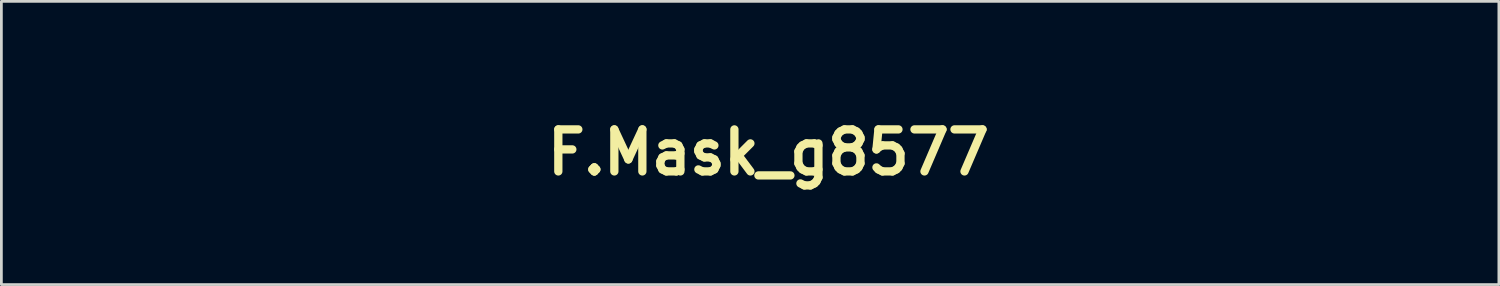
<source format=kicad_pcb>
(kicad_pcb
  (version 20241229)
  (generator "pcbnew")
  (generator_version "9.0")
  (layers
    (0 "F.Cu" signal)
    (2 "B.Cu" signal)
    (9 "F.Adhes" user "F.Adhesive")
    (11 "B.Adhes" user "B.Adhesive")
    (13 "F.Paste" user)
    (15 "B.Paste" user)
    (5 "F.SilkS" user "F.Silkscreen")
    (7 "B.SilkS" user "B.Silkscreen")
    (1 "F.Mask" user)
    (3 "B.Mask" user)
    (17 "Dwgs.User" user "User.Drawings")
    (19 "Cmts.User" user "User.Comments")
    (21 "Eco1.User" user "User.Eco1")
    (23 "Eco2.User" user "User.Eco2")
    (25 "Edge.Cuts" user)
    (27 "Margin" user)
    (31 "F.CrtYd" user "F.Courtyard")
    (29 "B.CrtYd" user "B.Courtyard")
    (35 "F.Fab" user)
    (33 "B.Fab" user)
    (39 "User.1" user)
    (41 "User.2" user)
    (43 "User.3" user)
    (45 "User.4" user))
  (footprint "F.Mask_g8577"
    (layer "F.Cu")
    (at 24.821 2.478)
    (property "Reference" "F.Mask_g8577" (at 0 0 0) (layer "F.SilkS") (effects (font (size 1.524 1.524) (thickness 0.3))))
    (attr through_hole)
    (fp_poly (pts (xy -20.498 1.753) (xy -21.26 1.753) (xy -21.26 -2.311) (xy -20.498 -2.311) (xy -20.498 1.753)) (stroke (width 0.01) (type solid)) (fill yes) (layer "F.Mask"))
    (fp_poly (pts (xy -19.025 1.753) (xy -19.837 1.753) (xy -19.837 0.94) (xy -19.025 0.94) (xy -19.025 1.753)) (stroke (width 0.01) (type solid)) (fill yes) (layer "F.Mask"))
    (fp_poly (pts (xy -15.773 1.753) (xy -16.637 1.753) (xy -16.637 0.94) (xy -15.773 0.94) (xy -15.773 1.753)) (stroke (width 0.01) (type solid)) (fill yes) (layer "F.Mask"))
    (fp_poly (pts (xy -19.025 -1.499) (xy -19.333 -1.5) (xy -19.421 -1.501) (xy -19.503 -1.502) (xy -19.576 -1.504) (xy -19.633 -1.506) (xy -19.672 -1.509) (xy -19.685 -1.51) (xy -19.723 -1.519) (xy -19.754 -1.53) (xy -19.778 -1.547) (xy -19.796 -1.571) (xy -19.81 -1.606) (xy -19.819 -1.653) (xy -19.826 -1.717) (xy -19.83 -1.799) (xy -19.833 -1.902) (xy -19.835 -1.978) (xy -19.841 -2.311) (xy -19.025 -2.311) (xy -19.025 -1.499)) (stroke (width 0.01) (type solid)) (fill yes) (layer "F.Mask"))
    (fp_poly (pts (xy -15.773 -1.499) (xy -16.1 -1.5) (xy -16.192 -1.501) (xy -16.278 -1.502) (xy -16.354 -1.504) (xy -16.415 -1.506) (xy -16.459 -1.508) (xy -16.478 -1.51) (xy -16.544 -1.529) (xy -16.587 -1.558) (xy -16.599 -1.575) (xy -16.608 -1.606) (xy -16.617 -1.659) (xy -16.624 -1.731) (xy -16.63 -1.819) (xy -16.634 -1.919) (xy -16.636 -2.03) (xy -16.637 -2.08) (xy -16.637 -2.311) (xy -15.773 -2.311) (xy -15.773 -1.499)) (stroke (width 0.01) (type solid)) (fill yes) (layer "F.Mask"))
    (fp_poly (pts (xy -17.424 0.152) (xy -17.713 0.151) (xy -17.8 0.15) (xy -17.88 0.149) (xy -17.95 0.147) (xy -18.005 0.144) (xy -18.041 0.141) (xy -18.05 0.14) (xy -18.104 0.126) (xy -18.145 0.105) (xy -18.176 0.074) (xy -18.197 0.03) (xy -18.211 -0.03) (xy -18.219 -0.111) (xy -18.222 -0.191) (xy -18.223 -0.274) (xy -18.223 -0.366) (xy -18.221 -0.454) (xy -18.218 -0.528) (xy -18.209 -0.682) (xy -18.049 -0.69) (xy -17.979 -0.693) (xy -17.893 -0.697) (xy -17.799 -0.701) (xy -17.706 -0.705) (xy -17.656 -0.707) (xy -17.424 -0.715) (xy -17.424 0.152)) (stroke (width 0.01) (type solid)) (fill yes) (layer "F.Mask"))
    (fp_poly (pts (xy -12.268 -1.626) (xy -13.306 -1.623) (xy -14.345 -1.619) (xy -14.345 -0.756) (xy -14.262 -0.746) (xy -14.225 -0.744) (xy -14.165 -0.741) (xy -14.087 -0.739) (xy -13.992 -0.738) (xy -13.883 -0.737) (xy -13.765 -0.736) (xy -13.639 -0.735) (xy -13.509 -0.735) (xy -13.378 -0.736) (xy -13.249 -0.737) (xy -13.125 -0.738) (xy -13.009 -0.74) (xy -12.903 -0.742) (xy -12.856 -0.743) (xy -12.522 -0.753) (xy -12.522 -0.025) (xy -13.43 -0.025) (xy -13.579 -0.025) (xy -13.721 -0.025) (xy -13.853 -0.024) (xy -13.974 -0.023) (xy -14.081 -0.023) (xy -14.172 -0.021) (xy -14.246 -0.02) (xy -14.3 -0.019) (xy -14.333 -0.017) (xy -14.341 -0.016) (xy -14.342 -0.002) (xy -14.342 0.034) (xy -14.342 0.089) (xy -14.341 0.159) (xy -14.34 0.241) (xy -14.338 0.332) (xy -14.337 0.428) (xy -14.335 0.526) (xy -14.333 0.623) (xy -14.331 0.716) (xy -14.329 0.801) (xy -14.327 0.875) (xy -14.325 0.934) (xy -14.324 0.976) (xy -14.322 0.997) (xy -14.322 0.998) (xy -14.309 0.999) (xy -14.273 1) (xy -14.216 1.001) (xy -14.14 1.002) (xy -14.048 1.003) (xy -13.942 1.005) (xy -13.823 1.006) (xy -13.694 1.007) (xy -13.564 1.009) (xy -13.417 1.01) (xy -13.271 1.012) (xy -13.127 1.014) (xy -12.99 1.016) (xy -12.863 1.018) (xy -12.749 1.02) (xy -12.651 1.021) (xy -12.574 1.023) (xy -12.538 1.024) (xy -12.268 1.032) (xy -12.268 1.753) (xy -15.164 1.753) (xy -15.164 -2.333) (xy -14.259 -2.341) (xy -14.091 -2.343) (xy -13.915 -2.345) (xy -13.737 -2.347) (xy -13.559 -2.348) (xy -13.386 -2.35) (xy -13.222 -2.352) (xy -13.071 -2.354) (xy -12.937 -2.356) (xy -12.824 -2.358) (xy -12.811 -2.358) (xy -12.268 -2.366) (xy -12.268 -1.626)) (stroke (width 0.01) (type solid)) (fill yes) (layer "F.Mask"))
    (fp_poly (pts (xy -10.888 -2.358) (xy -10.888 -2.345) (xy -10.887 -2.309) (xy -10.886 -2.25) (xy -10.885 -2.169) (xy -10.884 -2.07) (xy -10.883 -1.953) (xy -10.882 -1.819) (xy -10.88 -1.671) (xy -10.879 -1.509) (xy -10.877 -1.335) (xy -10.876 -1.151) (xy -10.874 -0.958) (xy -10.873 -0.758) (xy -10.872 -0.725) (xy -10.871 -0.524) (xy -10.869 -0.329) (xy -10.867 -0.144) (xy -10.866 0.032) (xy -10.864 0.196) (xy -10.863 0.347) (xy -10.861 0.483) (xy -10.86 0.603) (xy -10.859 0.706) (xy -10.857 0.789) (xy -10.856 0.852) (xy -10.856 0.892) (xy -10.855 0.909) (xy -10.855 0.91) (xy -10.842 0.91) (xy -10.806 0.911) (xy -10.75 0.913) (xy -10.676 0.914) (xy -10.586 0.916) (xy -10.483 0.918) (xy -10.369 0.92) (xy -10.248 0.922) (xy -10.12 0.925) (xy -9.99 0.927) (xy -9.858 0.929) (xy -9.729 0.931) (xy -9.603 0.933) (xy -9.484 0.935) (xy -9.374 0.936) (xy -9.276 0.938) (xy -9.191 0.939) (xy -9.124 0.939) (xy -9.077 0.94) (xy -9.017 0.94) (xy -9.017 1.753) (xy -10.074 1.751) (xy -10.241 1.75) (xy -10.404 1.75) (xy -10.561 1.749) (xy -10.71 1.748) (xy -10.848 1.747) (xy -10.973 1.746) (xy -11.082 1.744) (xy -11.175 1.743) (xy -11.247 1.742) (xy -11.297 1.74) (xy -11.311 1.74) (xy -11.401 1.734) (xy -11.47 1.727) (xy -11.521 1.717) (xy -11.56 1.704) (xy -11.589 1.687) (xy -11.609 1.669) (xy -11.64 1.636) (xy -11.638 -0.339) (xy -11.637 -0.625) (xy -11.637 -0.885) (xy -11.636 -1.122) (xy -11.636 -1.335) (xy -11.635 -1.525) (xy -11.634 -1.694) (xy -11.633 -1.84) (xy -11.632 -1.966) (xy -11.631 -2.072) (xy -11.63 -2.159) (xy -11.628 -2.226) (xy -11.626 -2.275) (xy -11.625 -2.307) (xy -11.623 -2.322) (xy -11.622 -2.323) (xy -11.607 -2.326) (xy -11.571 -2.329) (xy -11.517 -2.332) (xy -11.45 -2.336) (xy -11.374 -2.34) (xy -11.292 -2.345) (xy -11.208 -2.349) (xy -11.126 -2.352) (xy -11.051 -2.355) (xy -10.986 -2.358) (xy -10.934 -2.359) (xy -10.9 -2.359) (xy -10.888 -2.358)) (stroke (width 0.01) (type solid)) (fill yes) (layer "F.Mask"))
    (fp_poly (pts (xy 5.61 -1.992) (xy 5.614 -1.63) (xy 5.109 -1.621) (xy 4.979 -1.619) (xy 4.841 -1.618) (xy 4.701 -1.616) (xy 4.564 -1.615) (xy 4.437 -1.614) (xy 4.324 -1.613) (xy 4.255 -1.613) (xy 4.148 -1.613) (xy 4.036 -1.612) (xy 3.925 -1.61) (xy 3.822 -1.608) (xy 3.733 -1.606) (xy 3.686 -1.605) (xy 3.467 -1.596) (xy 3.467 -0.779) (xy 3.743 -0.77) (xy 3.846 -0.768) (xy 3.965 -0.765) (xy 4.089 -0.764) (xy 4.21 -0.762) (xy 4.312 -0.762) (xy 4.41 -0.762) (xy 4.526 -0.761) (xy 4.651 -0.759) (xy 4.778 -0.757) (xy 4.898 -0.755) (xy 4.956 -0.754) (xy 5.309 -0.745) (xy 5.309 -0.025) (xy 5.236 -0.025) (xy 5.18 -0.025) (xy 5.107 -0.024) (xy 5.017 -0.023) (xy 4.915 -0.022) (xy 4.802 -0.02) (xy 4.68 -0.018) (xy 4.553 -0.016) (xy 4.423 -0.014) (xy 4.291 -0.012) (xy 4.162 -0.01) (xy 4.036 -0.008) (xy 3.917 -0.005) (xy 3.806 -0.003) (xy 3.708 -0.001) (xy 3.623 0.001) (xy 3.554 0.002) (xy 3.505 0.004) (xy 3.476 0.005) (xy 3.47 0.005) (xy 3.469 0.018) (xy 3.468 0.054) (xy 3.466 0.11) (xy 3.464 0.183) (xy 3.462 0.27) (xy 3.46 0.369) (xy 3.458 0.477) (xy 3.458 0.498) (xy 3.456 0.622) (xy 3.455 0.724) (xy 3.454 0.804) (xy 3.454 0.867) (xy 3.455 0.913) (xy 3.456 0.947) (xy 3.459 0.969) (xy 3.462 0.983) (xy 3.467 0.991) (xy 3.472 0.995) (xy 3.475 0.996) (xy 3.491 0.998) (xy 3.53 1) (xy 3.591 1.002) (xy 3.67 1.004) (xy 3.765 1.007) (xy 3.874 1.009) (xy 3.995 1.011) (xy 4.126 1.014) (xy 4.264 1.016) (xy 4.407 1.018) (xy 4.552 1.02) (xy 4.698 1.022) (xy 4.843 1.024) (xy 4.983 1.026) (xy 5.117 1.027) (xy 5.242 1.028) (xy 5.344 1.028) (xy 5.613 1.029) (xy 5.613 1.753) (xy 2.667 1.753) (xy 2.667 -0.291) (xy 2.667 -0.517) (xy 2.667 -0.736) (xy 2.668 -0.947) (xy 2.668 -1.148) (xy 2.668 -1.338) (xy 2.669 -1.516) (xy 2.67 -1.68) (xy 2.67 -1.829) (xy 2.671 -1.962) (xy 2.672 -2.077) (xy 2.673 -2.173) (xy 2.674 -2.249) (xy 2.675 -2.303) (xy 2.676 -2.334) (xy 2.677 -2.341) (xy 2.691 -2.342) (xy 2.728 -2.343) (xy 2.788 -2.344) (xy 2.868 -2.345) (xy 2.968 -2.346) (xy 3.084 -2.346) (xy 3.217 -2.347) (xy 3.364 -2.348) (xy 3.523 -2.349) (xy 3.693 -2.349) (xy 3.873 -2.35) (xy 4.061 -2.35) (xy 4.147 -2.351) (xy 5.607 -2.354) (xy 5.61 -1.992)) (stroke (width 0.01) (type solid)) (fill yes) (layer "F.Mask"))
    (fp_poly (pts (xy -23.558 -2.33) (xy -23.413 -2.329) (xy -23.273 -2.327) (xy -23.143 -2.325) (xy -23.023 -2.321) (xy -22.917 -2.317) (xy -22.828 -2.311) (xy -22.758 -2.306) (xy -22.71 -2.299) (xy -22.701 -2.298) (xy -22.625 -2.274) (xy -22.537 -2.236) (xy -22.441 -2.186) (xy -22.345 -2.128) (xy -22.209 -2.025) (xy -22.088 -1.904) (xy -21.984 -1.77) (xy -21.898 -1.623) (xy -21.832 -1.468) (xy -21.786 -1.306) (xy -21.761 -1.141) (xy -21.759 -0.974) (xy -21.78 -0.814) (xy -21.811 -0.68) (xy -21.844 -0.565) (xy -21.883 -0.466) (xy -21.93 -0.375) (xy -21.986 -0.288) (xy -22.056 -0.199) (xy -22.062 -0.191) (xy -22.184 -0.062) (xy -22.309 0.042) (xy -22.439 0.122) (xy -22.574 0.179) (xy -22.652 0.201) (xy -22.706 0.213) (xy -22.76 0.223) (xy -22.817 0.232) (xy -22.88 0.239) (xy -22.952 0.245) (xy -23.035 0.251) (xy -23.134 0.256) (xy -23.25 0.261) (xy -23.387 0.266) (xy -23.473 0.269) (xy -23.952 0.284) (xy -23.952 1.753) (xy -24.254 1.751) (xy -24.344 1.75) (xy -24.43 1.748) (xy -24.507 1.746) (xy -24.571 1.744) (xy -24.617 1.741) (xy -24.632 1.74) (xy -24.669 1.735) (xy -24.7 1.73) (xy -24.726 1.723) (xy -24.746 1.711) (xy -24.762 1.691) (xy -24.775 1.663) (xy -24.784 1.622) (xy -24.79 1.568) (xy -24.795 1.499) (xy -24.798 1.411) (xy -24.801 1.302) (xy -24.803 1.171) (xy -24.804 1.137) (xy -24.805 1.057) (xy -24.807 0.953) (xy -24.808 0.829) (xy -24.809 0.687) (xy -24.811 0.529) (xy -24.812 0.357) (xy -24.813 0.174) (xy -24.813 -0.017) (xy -24.814 -0.215) (xy -24.815 -0.404) (xy -23.952 -0.404) (xy -23.511 -0.41) (xy -23.379 -0.412) (xy -23.27 -0.415) (xy -23.182 -0.417) (xy -23.113 -0.421) (xy -23.061 -0.425) (xy -23.022 -0.43) (xy -23 -0.435) (xy -22.883 -0.477) (xy -22.782 -0.538) (xy -22.699 -0.616) (xy -22.635 -0.709) (xy -22.591 -0.818) (xy -22.587 -0.832) (xy -22.572 -0.929) (xy -22.569 -1.039) (xy -22.58 -1.155) (xy -22.603 -1.269) (xy -22.636 -1.37) (xy -22.66 -1.42) (xy -22.689 -1.451) (xy -22.708 -1.464) (xy -22.745 -1.487) (xy -22.787 -1.518) (xy -22.804 -1.531) (xy -22.855 -1.564) (xy -22.918 -1.584) (xy -22.934 -1.587) (xy -22.968 -1.591) (xy -23.024 -1.596) (xy -23.097 -1.601) (xy -23.183 -1.605) (xy -23.28 -1.61) (xy -23.383 -1.614) (xy -23.488 -1.618) (xy -23.592 -1.621) (xy -23.69 -1.624) (xy -23.779 -1.625) (xy -23.822 -1.625) (xy -23.952 -1.626) (xy -23.952 -0.404) (xy -24.815 -0.404) (xy -24.815 -0.417) (xy -24.815 -0.621) (xy -24.815 -0.824) (xy -24.815 -0.827) (xy -24.816 -2.295) (xy -24.743 -2.303) (xy -24.714 -2.305) (xy -24.663 -2.308) (xy -24.594 -2.31) (xy -24.508 -2.314) (xy -24.409 -2.317) (xy -24.301 -2.32) (xy -24.186 -2.323) (xy -24.143 -2.325) (xy -24.001 -2.328) (xy -23.855 -2.33) (xy -23.706 -2.331) (xy -23.558 -2.33)) (stroke (width 0.01) (type solid)) (fill yes) (layer "F.Mask"))
    (fp_poly (pts (xy 18.483 -2.246) (xy 18.485 -2.184) (xy 18.487 -2.101) (xy 18.49 -2.002) (xy 18.492 -1.891) (xy 18.494 -1.773) (xy 18.496 -1.652) (xy 18.498 -1.556) (xy 18.502 -1.281) (xy 18.506 -1.03) (xy 18.51 -0.803) (xy 18.514 -0.597) (xy 18.518 -0.411) (xy 18.523 -0.245) (xy 18.528 -0.097) (xy 18.533 0.034) (xy 18.538 0.15) (xy 18.544 0.252) (xy 18.55 0.34) (xy 18.557 0.417) (xy 18.564 0.483) (xy 18.572 0.539) (xy 18.581 0.588) (xy 18.591 0.629) (xy 18.601 0.664) (xy 18.622 0.715) (xy 18.651 0.758) (xy 18.693 0.797) (xy 18.752 0.837) (xy 18.793 0.861) (xy 18.857 0.898) (xy 18.901 0.931) (xy 18.928 0.964) (xy 18.942 1.003) (xy 18.945 1.053) (xy 18.944 1.099) (xy 18.936 1.183) (xy 18.924 1.268) (xy 18.91 1.347) (xy 18.894 1.414) (xy 18.877 1.463) (xy 18.873 1.472) (xy 18.851 1.507) (xy 18.824 1.535) (xy 18.788 1.557) (xy 18.74 1.575) (xy 18.678 1.589) (xy 18.599 1.599) (xy 18.501 1.607) (xy 18.38 1.613) (xy 18.377 1.613) (xy 18.282 1.616) (xy 18.168 1.619) (xy 18.04 1.621) (xy 17.902 1.622) (xy 17.758 1.623) (xy 17.612 1.623) (xy 17.468 1.622) (xy 17.332 1.621) (xy 17.207 1.619) (xy 17.097 1.617) (xy 17.006 1.613) (xy 16.979 1.612) (xy 16.884 1.606) (xy 16.812 1.6) (xy 16.758 1.591) (xy 16.721 1.58) (xy 16.696 1.566) (xy 16.681 1.548) (xy 16.678 1.54) (xy 16.651 1.455) (xy 16.628 1.353) (xy 16.611 1.245) (xy 16.601 1.14) (xy 16.599 1.077) (xy 16.601 1.023) (xy 16.609 0.981) (xy 16.628 0.947) (xy 16.659 0.916) (xy 16.707 0.882) (xy 16.766 0.848) (xy 16.833 0.81) (xy 16.881 0.78) (xy 16.914 0.754) (xy 16.935 0.728) (xy 16.947 0.698) (xy 16.954 0.661) (xy 16.957 0.627) (xy 16.959 0.598) (xy 16.96 0.546) (xy 16.962 0.473) (xy 16.964 0.382) (xy 16.966 0.274) (xy 16.968 0.151) (xy 16.97 0.017) (xy 16.972 -0.127) (xy 16.973 -0.279) (xy 16.975 -0.437) (xy 16.975 -0.44) (xy 16.984 -1.408) (xy 16.883 -1.458) (xy 16.781 -1.504) (xy 16.69 -1.535) (xy 16.615 -1.549) (xy 16.596 -1.549) (xy 16.549 -1.557) (xy 16.516 -1.581) (xy 16.501 -1.598) (xy 16.491 -1.618) (xy 16.487 -1.646) (xy 16.485 -1.689) (xy 16.485 -1.723) (xy 16.488 -1.821) (xy 16.496 -1.919) (xy 16.508 -2.014) (xy 16.524 -2.101) (xy 16.543 -2.177) (xy 16.563 -2.237) (xy 16.585 -2.277) (xy 16.591 -2.283) (xy 16.611 -2.3) (xy 16.638 -2.314) (xy 16.675 -2.327) (xy 16.723 -2.338) (xy 16.783 -2.348) (xy 16.859 -2.357) (xy 16.951 -2.366) (xy 17.063 -2.374) (xy 17.195 -2.382) (xy 17.349 -2.39) (xy 17.42 -2.394) (xy 17.621 -2.403) (xy 17.802 -2.412) (xy 17.962 -2.421) (xy 18.099 -2.428) (xy 18.214 -2.435) (xy 18.305 -2.441) (xy 18.372 -2.445) (xy 18.385 -2.446) (xy 18.476 -2.454) (xy 18.483 -2.246)) (stroke (width 0.01) (type solid)) (fill yes) (layer "F.Mask"))
    (fp_poly (pts (xy -0.445 -0.8) (xy 1.118 -0.8) (xy 1.118 -2.349) (xy 1.93 -2.349) (xy 1.93 -0.292) (xy 1.93 -0.015) (xy 1.93 0.238) (xy 1.93 0.467) (xy 1.93 0.673) (xy 1.929 0.859) (xy 1.929 1.023) (xy 1.928 1.169) (xy 1.928 1.295) (xy 1.927 1.404) (xy 1.926 1.497) (xy 1.925 1.574) (xy 1.923 1.636) (xy 1.922 1.685) (xy 1.92 1.721) (xy 1.919 1.746) (xy 1.917 1.759) (xy 1.915 1.764) (xy 1.898 1.763) (xy 1.86 1.761) (xy 1.803 1.758) (xy 1.73 1.755) (xy 1.645 1.751) (xy 1.552 1.747) (xy 1.526 1.746) (xy 1.431 1.741) (xy 1.345 1.737) (xy 1.27 1.732) (xy 1.21 1.728) (xy 1.168 1.725) (xy 1.147 1.722) (xy 1.145 1.721) (xy 1.144 1.707) (xy 1.142 1.67) (xy 1.14 1.612) (xy 1.138 1.534) (xy 1.136 1.44) (xy 1.133 1.33) (xy 1.131 1.208) (xy 1.129 1.074) (xy 1.127 0.933) (xy 1.126 0.847) (xy 1.124 0.701) (xy 1.122 0.563) (xy 1.12 0.434) (xy 1.119 0.318) (xy 1.117 0.215) (xy 1.116 0.128) (xy 1.115 0.059) (xy 1.114 0.01) (xy 1.113 -0.017) (xy 1.113 -0.021) (xy 1.1 -0.022) (xy 1.065 -0.022) (xy 1.009 -0.021) (xy 0.936 -0.02) (xy 0.849 -0.019) (xy 0.749 -0.018) (xy 0.64 -0.016) (xy 0.524 -0.015) (xy 0.404 -0.013) (xy 0.283 -0.011) (xy 0.164 -0.009) (xy 0.048 -0.007) (xy -0.061 -0.005) (xy -0.161 -0.003) (xy -0.249 -0.001) (xy -0.322 0.000186) (xy -0.378 0.001) (xy -0.413 0.003) (xy -0.426 0.003) (xy -0.426 0.003) (xy -0.427 0.016) (xy -0.428 0.052) (xy -0.429 0.109) (xy -0.43 0.185) (xy -0.431 0.278) (xy -0.433 0.385) (xy -0.434 0.504) (xy -0.436 0.633) (xy -0.437 0.77) (xy -0.437 0.775) (xy -0.439 0.916) (xy -0.44 1.052) (xy -0.442 1.18) (xy -0.444 1.299) (xy -0.446 1.405) (xy -0.448 1.496) (xy -0.449 1.569) (xy -0.451 1.621) (xy -0.452 1.649) (xy -0.46 1.755) (xy -0.773 1.749) (xy -0.893 1.747) (xy -0.991 1.743) (xy -1.069 1.737) (xy -1.128 1.728) (xy -1.172 1.714) (xy -1.204 1.694) (xy -1.225 1.668) (xy -1.238 1.635) (xy -1.246 1.592) (xy -1.252 1.542) (xy -1.253 1.511) (xy -1.254 1.458) (xy -1.255 1.384) (xy -1.256 1.291) (xy -1.257 1.181) (xy -1.257 1.055) (xy -1.257 0.915) (xy -1.257 0.762) (xy -1.257 0.599) (xy -1.257 0.426) (xy -1.256 0.246) (xy -1.256 0.061) (xy -1.255 -0.128) (xy -1.254 -0.32) (xy -1.253 -0.512) (xy -1.252 -0.703) (xy -1.251 -0.892) (xy -1.25 -1.076) (xy -1.248 -1.254) (xy -1.247 -1.423) (xy -1.245 -1.584) (xy -1.244 -1.733) (xy -1.242 -1.869) (xy -1.241 -1.991) (xy -1.239 -2.096) (xy -1.237 -2.184) (xy -1.236 -2.252) (xy -1.234 -2.298) (xy -1.232 -2.322) (xy -1.231 -2.324) (xy -1.215 -2.327) (xy -1.177 -2.331) (xy -1.122 -2.334) (xy -1.054 -2.338) (xy -0.976 -2.341) (xy -0.955 -2.341) (xy -0.866 -2.344) (xy -0.776 -2.348) (xy -0.692 -2.351) (xy -0.621 -2.355) (xy -0.568 -2.358) (xy -0.568 -2.358) (xy -0.445 -2.366) (xy -0.445 -0.8)) (stroke (width 0.01) (type solid)) (fill yes) (layer "F.Mask"))
    (fp_poly (pts (xy 13.975 -2.455) (xy 14.079 -2.451) (xy 14.17 -2.443) (xy 14.199 -2.44) (xy 14.343 -2.417) (xy 14.489 -2.389) (xy 14.633 -2.356) (xy 14.768 -2.321) (xy 14.889 -2.284) (xy 14.988 -2.247) (xy 15.03 -2.227) (xy 15.088 -2.197) (xy 15.155 -2.159) (xy 15.227 -2.117) (xy 15.278 -2.086) (xy 15.438 -1.977) (xy 15.577 -1.863) (xy 15.696 -1.74) (xy 15.801 -1.604) (xy 15.894 -1.452) (xy 15.94 -1.363) (xy 16.027 -1.154) (xy 16.092 -0.939) (xy 16.133 -0.719) (xy 16.151 -0.496) (xy 16.146 -0.274) (xy 16.117 -0.054) (xy 16.066 0.162) (xy 15.991 0.372) (xy 15.893 0.572) (xy 15.892 0.575) (xy 15.772 0.764) (xy 15.633 0.936) (xy 15.475 1.092) (xy 15.299 1.23) (xy 15.108 1.351) (xy 14.9 1.452) (xy 14.746 1.511) (xy 14.653 1.538) (xy 14.539 1.563) (xy 14.41 1.586) (xy 14.271 1.604) (xy 14.186 1.612) (xy 14.125 1.617) (xy 14.048 1.62) (xy 13.958 1.622) (xy 13.862 1.623) (xy 13.762 1.624) (xy 13.665 1.623) (xy 13.574 1.622) (xy 13.494 1.619) (xy 13.43 1.616) (xy 13.387 1.612) (xy 13.386 1.612) (xy 13.262 1.588) (xy 13.126 1.551) (xy 12.985 1.505) (xy 12.846 1.451) (xy 12.716 1.392) (xy 12.707 1.388) (xy 12.52 1.285) (xy 12.352 1.172) (xy 12.195 1.045) (xy 12.062 0.917) (xy 11.972 0.817) (xy 11.894 0.718) (xy 11.828 0.613) (xy 11.769 0.499) (xy 11.715 0.371) (xy 11.665 0.225) (xy 11.641 0.146) (xy 11.602 0.009) (xy 11.572 -0.109) (xy 11.55 -0.21) (xy 11.536 -0.299) (xy 11.536 -0.3) (xy 13.427 -0.3) (xy 13.428 -0.17) (xy 13.429 -0.047) (xy 13.432 0.064) (xy 13.435 0.16) (xy 13.435 0.165) (xy 13.442 0.312) (xy 13.45 0.437) (xy 13.46 0.542) (xy 13.471 0.63) (xy 13.485 0.703) (xy 13.501 0.765) (xy 13.518 0.812) (xy 13.549 0.879) (xy 13.586 0.941) (xy 13.624 0.991) (xy 13.658 1.023) (xy 13.66 1.024) (xy 13.74 1.062) (xy 13.827 1.078) (xy 13.916 1.071) (xy 13.935 1.066) (xy 13.994 1.038) (xy 14.052 0.989) (xy 14.107 0.921) (xy 14.156 0.84) (xy 14.197 0.748) (xy 14.204 0.727) (xy 14.233 0.632) (xy 14.257 0.533) (xy 14.276 0.426) (xy 14.291 0.31) (xy 14.303 0.18) (xy 14.311 0.035) (xy 14.315 -0.13) (xy 14.317 -0.316) (xy 14.317 -0.362) (xy 14.315 -0.567) (xy 14.311 -0.752) (xy 14.305 -0.915) (xy 14.296 -1.056) (xy 14.285 -1.173) (xy 14.272 -1.266) (xy 14.267 -1.292) (xy 14.246 -1.373) (xy 14.215 -1.459) (xy 14.178 -1.544) (xy 14.137 -1.622) (xy 14.095 -1.688) (xy 14.055 -1.736) (xy 14.045 -1.745) (xy 14.017 -1.766) (xy 13.989 -1.78) (xy 13.954 -1.788) (xy 13.908 -1.79) (xy 13.843 -1.789) (xy 13.827 -1.789) (xy 13.767 -1.786) (xy 13.726 -1.781) (xy 13.695 -1.772) (xy 13.668 -1.758) (xy 13.658 -1.751) (xy 13.607 -1.704) (xy 13.56 -1.637) (xy 13.518 -1.552) (xy 13.484 -1.455) (xy 13.459 -1.35) (xy 13.449 -1.288) (xy 13.445 -1.236) (xy 13.44 -1.161) (xy 13.437 -1.067) (xy 13.434 -0.958) (xy 13.431 -0.837) (xy 13.429 -0.708) (xy 13.428 -0.573) (xy 13.427 -0.436) (xy 13.427 -0.3) (xy 11.536 -0.3) (xy 11.529 -0.38) (xy 11.529 -0.455) (xy 11.535 -0.529) (xy 11.539 -0.557) (xy 11.562 -0.685) (xy 11.594 -0.826) (xy 11.634 -0.972) (xy 11.678 -1.115) (xy 11.726 -1.249) (xy 11.773 -1.366) (xy 11.776 -1.372) (xy 11.831 -1.471) (xy 11.905 -1.577) (xy 11.997 -1.685) (xy 12.101 -1.794) (xy 12.214 -1.898) (xy 12.334 -1.995) (xy 12.456 -2.083) (xy 12.576 -2.157) (xy 12.692 -2.214) (xy 12.695 -2.215) (xy 12.803 -2.256) (xy 12.931 -2.297) (xy 13.074 -2.336) (xy 13.227 -2.373) (xy 13.384 -2.406) (xy 13.541 -2.434) (xy 13.583 -2.44) (xy 13.662 -2.449) (xy 13.759 -2.454) (xy 13.865 -2.456) (xy 13.975 -2.455)) (stroke (width 0.01) (type solid)) (fill yes) (layer "F.Mask"))
    (fp_poly (pts (xy -3.313 -2.428) (xy -3.222 -2.419) (xy -3.121 -2.401) (xy -3.003 -2.374) (xy -2.984 -2.369) (xy -2.868 -2.338) (xy -2.756 -2.303) (xy -2.652 -2.267) (xy -2.564 -2.23) (xy -2.495 -2.196) (xy -2.417 -2.145) (xy -2.334 -2.077) (xy -2.249 -1.997) (xy -2.165 -1.908) (xy -2.087 -1.815) (xy -2.018 -1.722) (xy -1.961 -1.633) (xy -1.919 -1.551) (xy -1.904 -1.511) (xy -1.886 -1.46) (xy -1.864 -1.412) (xy -1.847 -1.383) (xy -1.812 -1.317) (xy -1.793 -1.249) (xy -1.791 -1.182) (xy -1.805 -1.123) (xy -1.834 -1.075) (xy -1.876 -1.044) (xy -1.896 -1.037) (xy -1.921 -1.031) (xy -1.954 -1.027) (xy -2 -1.025) (xy -2.062 -1.023) (xy -2.144 -1.022) (xy -2.197 -1.022) (xy -2.289 -1.023) (xy -2.36 -1.023) (xy -2.412 -1.025) (xy -2.451 -1.028) (xy -2.479 -1.032) (xy -2.5 -1.038) (xy -2.518 -1.046) (xy -2.558 -1.076) (xy -2.592 -1.119) (xy -2.612 -1.166) (xy -2.616 -1.191) (xy -2.622 -1.214) (xy -2.636 -1.252) (xy -2.655 -1.293) (xy -2.708 -1.375) (xy -2.782 -1.456) (xy -2.872 -1.53) (xy -2.973 -1.596) (xy -3.08 -1.65) (xy -3.19 -1.688) (xy -3.231 -1.697) (xy -3.285 -1.707) (xy -3.327 -1.711) (xy -3.367 -1.709) (xy -3.417 -1.701) (xy -3.433 -1.698) (xy -3.529 -1.671) (xy -3.633 -1.628) (xy -3.735 -1.573) (xy -3.828 -1.511) (xy -3.852 -1.492) (xy -3.929 -1.421) (xy -3.992 -1.346) (xy -4.042 -1.263) (xy -4.083 -1.167) (xy -4.116 -1.053) (xy -4.14 -0.937) (xy -4.163 -0.779) (xy -4.179 -0.609) (xy -4.187 -0.433) (xy -4.188 -0.253) (xy -4.182 -0.075) (xy -4.169 0.096) (xy -4.149 0.257) (xy -4.122 0.402) (xy -4.089 0.526) (xy -4.035 0.657) (xy -3.963 0.771) (xy -3.873 0.867) (xy -3.764 0.945) (xy -3.637 1.007) (xy -3.569 1.031) (xy -3.521 1.044) (xy -3.476 1.053) (xy -3.426 1.058) (xy -3.363 1.059) (xy -3.315 1.06) (xy -3.242 1.058) (xy -3.188 1.055) (xy -3.143 1.049) (xy -3.1 1.039) (xy -3.054 1.024) (xy -2.992 0.999) (xy -2.926 0.967) (xy -2.87 0.934) (xy -2.869 0.933) (xy -2.791 0.873) (xy -2.729 0.806) (xy -2.681 0.728) (xy -2.643 0.636) (xy -2.614 0.523) (xy -2.612 0.514) (xy -2.583 0.375) (xy -2.342 0.371) (xy -2.257 0.371) (xy -2.171 0.372) (xy -2.092 0.374) (xy -2.026 0.377) (xy -1.988 0.38) (xy -1.932 0.387) (xy -1.894 0.395) (xy -1.867 0.406) (xy -1.846 0.422) (xy -1.837 0.431) (xy -1.805 0.477) (xy -1.792 0.537) (xy -1.797 0.612) (xy -1.821 0.702) (xy -1.822 0.705) (xy -1.865 0.815) (xy -1.924 0.934) (xy -1.993 1.055) (xy -2.069 1.169) (xy -2.147 1.271) (xy -2.178 1.306) (xy -2.249 1.375) (xy -2.336 1.446) (xy -2.435 1.517) (xy -2.54 1.583) (xy -2.647 1.643) (xy -2.75 1.692) (xy -2.844 1.729) (xy -2.902 1.745) (xy -2.945 1.752) (xy -3.006 1.759) (xy -3.082 1.767) (xy -3.165 1.774) (xy -3.251 1.78) (xy -3.332 1.785) (xy -3.404 1.788) (xy -3.46 1.789) (xy -3.473 1.789) (xy -3.51 1.787) (xy -3.562 1.783) (xy -3.62 1.779) (xy -3.635 1.777) (xy -3.727 1.766) (xy -3.81 1.747) (xy -3.892 1.719) (xy -3.982 1.679) (xy -4.015 1.662) (xy -4.203 1.552) (xy -4.374 1.423) (xy -4.529 1.275) (xy -4.665 1.111) (xy -4.679 1.093) (xy -4.739 1.002) (xy -4.79 0.911) (xy -4.832 0.816) (xy -4.867 0.713) (xy -4.895 0.599) (xy -4.918 0.472) (xy -4.935 0.327) (xy -4.949 0.161) (xy -4.953 0.102) (xy -4.962 -0.091) (xy -4.965 -0.284) (xy -4.963 -0.473) (xy -4.956 -0.654) (xy -4.945 -0.826) (xy -4.928 -0.984) (xy -4.907 -1.125) (xy -4.882 -1.247) (xy -4.862 -1.32) (xy -4.79 -1.511) (xy -4.7 -1.684) (xy -4.593 -1.838) (xy -4.467 -1.976) (xy -4.324 -2.095) (xy -4.162 -2.198) (xy -3.981 -2.284) (xy -3.781 -2.353) (xy -3.698 -2.375) (xy -3.586 -2.402) (xy -3.488 -2.419) (xy -3.399 -2.428) (xy -3.313 -2.428)) (stroke (width 0.01) (type solid)) (fill yes) (layer "F.Mask"))
    (fp_poly (pts (xy 9.483 -2.448) (xy 9.719 -2.437) (xy 9.942 -2.417) (xy 10.149 -2.386) (xy 10.337 -2.346) (xy 10.465 -2.31) (xy 10.615 -2.248) (xy 10.752 -2.165) (xy 10.874 -2.063) (xy 10.98 -1.942) (xy 11.068 -1.803) (xy 11.079 -1.781) (xy 11.121 -1.677) (xy 11.145 -1.566) (xy 11.152 -1.454) (xy 11.14 -1.348) (xy 11.121 -1.28) (xy 11.089 -1.202) (xy 11.047 -1.114) (xy 11 -1.021) (xy 10.95 -0.93) (xy 10.902 -0.847) (xy 10.858 -0.78) (xy 10.846 -0.764) (xy 10.783 -0.682) (xy 10.709 -0.593) (xy 10.628 -0.499) (xy 10.542 -0.405) (xy 10.454 -0.311) (xy 10.365 -0.22) (xy 10.28 -0.136) (xy 10.199 -0.061) (xy 10.126 0.004) (xy 10.064 0.054) (xy 10.014 0.089) (xy 10.001 0.096) (xy 9.968 0.116) (xy 9.921 0.149) (xy 9.866 0.19) (xy 9.808 0.237) (xy 9.785 0.256) (xy 9.726 0.305) (xy 9.668 0.351) (xy 9.617 0.391) (xy 9.577 0.42) (xy 9.566 0.427) (xy 9.529 0.453) (xy 9.509 0.473) (xy 9.501 0.494) (xy 9.5 0.514) (xy 9.501 0.534) (xy 9.506 0.549) (xy 9.519 0.56) (xy 9.542 0.566) (xy 9.579 0.57) (xy 9.633 0.571) (xy 9.707 0.571) (xy 9.782 0.569) (xy 9.863 0.567) (xy 9.923 0.564) (xy 9.968 0.561) (xy 10.002 0.556) (xy 10.029 0.548) (xy 10.056 0.538) (xy 10.071 0.531) (xy 10.145 0.491) (xy 10.231 0.434) (xy 10.324 0.364) (xy 10.42 0.283) (xy 10.509 0.202) (xy 10.583 0.134) (xy 10.641 0.086) (xy 10.684 0.057) (xy 10.699 0.051) (xy 10.736 0.044) (xy 10.792 0.04) (xy 10.869 0.04) (xy 10.921 0.041) (xy 11.017 0.046) (xy 11.091 0.055) (xy 11.146 0.07) (xy 11.186 0.092) (xy 11.212 0.123) (xy 11.23 0.165) (xy 11.24 0.211) (xy 11.246 0.301) (xy 11.238 0.41) (xy 11.218 0.533) (xy 11.186 0.669) (xy 11.143 0.812) (xy 11.089 0.961) (xy 11.026 1.113) (xy 10.979 1.215) (xy 10.94 1.292) (xy 10.907 1.35) (xy 10.875 1.393) (xy 10.842 1.423) (xy 10.804 1.447) (xy 10.756 1.467) (xy 10.737 1.473) (xy 10.703 1.484) (xy 10.662 1.494) (xy 10.616 1.503) (xy 10.561 1.512) (xy 10.497 1.52) (xy 10.423 1.528) (xy 10.337 1.535) (xy 10.239 1.541) (xy 10.126 1.548) (xy 9.999 1.554) (xy 9.855 1.56) (xy 9.693 1.566) (xy 9.513 1.572) (xy 9.313 1.578) (xy 9.091 1.584) (xy 8.847 1.59) (xy 8.58 1.597) (xy 8.445 1.6) (xy 8.325 1.603) (xy 8.208 1.606) (xy 8.1 1.608) (xy 8.003 1.611) (xy 7.92 1.613) (xy 7.855 1.615) (xy 7.81 1.616) (xy 7.793 1.617) (xy 7.706 1.62) (xy 7.661 1.55) (xy 7.608 1.465) (xy 7.561 1.384) (xy 7.523 1.312) (xy 7.495 1.252) (xy 7.48 1.213) (xy 7.473 1.181) (xy 7.472 1.156) (xy 7.479 1.128) (xy 7.496 1.09) (xy 7.503 1.076) (xy 7.533 1.023) (xy 7.577 0.958) (xy 7.636 0.88) (xy 7.71 0.788) (xy 7.8 0.682) (xy 7.906 0.56) (xy 8.029 0.423) (xy 8.169 0.27) (xy 8.326 0.102) (xy 8.494 -0.082) (xy 8.643 -0.252) (xy 8.775 -0.41) (xy 8.889 -0.558) (xy 8.988 -0.699) (xy 9.073 -0.832) (xy 9.144 -0.961) (xy 9.204 -1.087) (xy 9.253 -1.211) (xy 9.26 -1.232) (xy 9.279 -1.29) (xy 9.291 -1.337) (xy 9.298 -1.383) (xy 9.301 -1.437) (xy 9.302 -1.499) (xy 9.299 -1.599) (xy 9.288 -1.678) (xy 9.268 -1.742) (xy 9.238 -1.795) (xy 9.216 -1.821) (xy 9.164 -1.863) (xy 9.103 -1.885) (xy 9.032 -1.887) (xy 8.949 -1.87) (xy 8.852 -1.833) (xy 8.82 -1.818) (xy 8.746 -1.778) (xy 8.669 -1.728) (xy 8.586 -1.667) (xy 8.494 -1.591) (xy 8.39 -1.499) (xy 8.318 -1.432) (xy 8.221 -1.342) (xy 8.139 -1.268) (xy 8.071 -1.21) (xy 8.014 -1.166) (xy 7.967 -1.135) (xy 7.926 -1.115) (xy 7.891 -1.105) (xy 7.859 -1.103) (xy 7.834 -1.107) (xy 7.783 -1.123) (xy 7.721 -1.15) (xy 7.654 -1.185) (xy 7.592 -1.221) (xy 7.542 -1.256) (xy 7.53 -1.266) (xy 7.475 -1.326) (xy 7.442 -1.39) (xy 7.429 -1.465) (xy 7.428 -1.497) (xy 7.43 -1.545) (xy 7.439 -1.597) (xy 7.455 -1.654) (xy 7.479 -1.723) (xy 7.513 -1.806) (xy 7.554 -1.899) (xy 7.58 -1.958) (xy 7.602 -2.013) (xy 7.618 -2.058) (xy 7.625 -2.084) (xy 7.643 -2.134) (xy 7.679 -2.179) (xy 7.734 -2.22) (xy 7.81 -2.257) (xy 7.907 -2.291) (xy 8.026 -2.321) (xy 8.17 -2.35) (xy 8.204 -2.356) (xy 8.464 -2.394) (xy 8.724 -2.423) (xy 8.983 -2.441) (xy 9.236 -2.45) (xy 9.483 -2.448)) (stroke (width 0.01) (type solid)) (fill yes) (layer "F.Mask"))
    (fp_poly (pts (xy -6.987 -2.349) (xy -6.858 -2.348) (xy -6.752 -2.346) (xy -6.666 -2.341) (xy -6.598 -2.332) (xy -6.545 -2.32) (xy -6.503 -2.304) (xy -6.472 -2.283) (xy -6.447 -2.256) (xy -6.427 -2.224) (xy -6.424 -2.219) (xy -6.414 -2.194) (xy -6.396 -2.148) (xy -6.373 -2.084) (xy -6.346 -2.007) (xy -6.316 -1.92) (xy -6.285 -1.826) (xy -6.272 -1.788) (xy -6.24 -1.692) (xy -6.209 -1.601) (xy -6.181 -1.52) (xy -6.157 -1.451) (xy -6.137 -1.397) (xy -6.123 -1.363) (xy -6.12 -1.356) (xy -6.11 -1.331) (xy -6.092 -1.286) (xy -6.069 -1.223) (xy -6.042 -1.145) (xy -6.011 -1.056) (xy -5.978 -0.959) (xy -5.95 -0.877) (xy -5.877 -0.66) (xy -5.808 -0.455) (xy -5.742 -0.263) (xy -5.68 -0.084) (xy -5.623 0.08) (xy -5.571 0.227) (xy -5.524 0.357) (xy -5.483 0.468) (xy -5.448 0.559) (xy -5.419 0.63) (xy -5.398 0.678) (xy -5.389 0.696) (xy -5.371 0.738) (xy -5.353 0.796) (xy -5.339 0.86) (xy -5.339 0.861) (xy -5.325 0.924) (xy -5.306 0.998) (xy -5.284 1.071) (xy -5.275 1.099) (xy -5.259 1.144) (xy -5.239 1.203) (xy -5.215 1.272) (xy -5.189 1.348) (xy -5.162 1.427) (xy -5.136 1.504) (xy -5.111 1.577) (xy -5.09 1.642) (xy -5.072 1.695) (xy -5.06 1.731) (xy -5.055 1.748) (xy -5.055 1.749) (xy -5.067 1.75) (xy -5.101 1.751) (xy -5.155 1.751) (xy -5.225 1.752) (xy -5.308 1.752) (xy -5.401 1.753) (xy -5.439 1.753) (xy -5.824 1.753) (xy -5.909 1.562) (xy -5.941 1.489) (xy -5.97 1.417) (xy -5.996 1.351) (xy -6.014 1.298) (xy -6.02 1.28) (xy -6.036 1.228) (xy -6.061 1.164) (xy -6.09 1.097) (xy -6.108 1.058) (xy -6.171 0.928) (xy -6.587 0.935) (xy -6.719 0.937) (xy -6.852 0.94) (xy -6.983 0.943) (xy -7.109 0.947) (xy -7.227 0.951) (xy -7.335 0.955) (xy -7.431 0.959) (xy -7.51 0.964) (xy -7.571 0.968) (xy -7.611 0.971) (xy -7.623 0.973) (xy -7.639 0.979) (xy -7.653 0.993) (xy -7.669 1.018) (xy -7.689 1.058) (xy -7.715 1.118) (xy -7.743 1.189) (xy -7.773 1.268) (xy -7.8 1.344) (xy -7.812 1.38) (xy -7.837 1.462) (xy -7.858 1.524) (xy -7.875 1.569) (xy -7.889 1.603) (xy -7.904 1.628) (xy -7.919 1.649) (xy -7.927 1.657) (xy -7.956 1.687) (xy -7.988 1.709) (xy -8.026 1.725) (xy -8.076 1.736) (xy -8.14 1.742) (xy -8.224 1.746) (xy -8.28 1.748) (xy -8.356 1.748) (xy -8.428 1.747) (xy -8.491 1.745) (xy -8.537 1.742) (xy -8.553 1.74) (xy -8.611 1.722) (xy -8.646 1.691) (xy -8.661 1.646) (xy -8.661 1.633) (xy -8.657 1.609) (xy -8.646 1.565) (xy -8.628 1.504) (xy -8.605 1.431) (xy -8.579 1.349) (xy -8.55 1.261) (xy -8.519 1.172) (xy -8.489 1.085) (xy -8.46 1.006) (xy -8.441 0.953) (xy -8.418 0.884) (xy -8.394 0.808) (xy -8.372 0.732) (xy -8.369 0.722) (xy -8.343 0.636) (xy -8.309 0.531) (xy -8.269 0.41) (xy -8.225 0.279) (xy -8.2 0.205) (xy -7.391 0.205) (xy -7.386 0.219) (xy -7.368 0.227) (xy -7.33 0.232) (xy -7.318 0.233) (xy -7.279 0.234) (xy -7.221 0.236) (xy -7.15 0.237) (xy -7.067 0.237) (xy -6.977 0.237) (xy -6.884 0.237) (xy -6.79 0.236) (xy -6.7 0.235) (xy -6.616 0.233) (xy -6.543 0.232) (xy -6.483 0.23) (xy -6.441 0.228) (xy -6.42 0.225) (xy -6.418 0.225) (xy -6.417 0.208) (xy -6.422 0.171) (xy -6.434 0.117) (xy -6.45 0.048) (xy -6.471 -0.031) (xy -6.494 -0.116) (xy -6.52 -0.206) (xy -6.546 -0.295) (xy -6.573 -0.381) (xy -6.599 -0.461) (xy -6.623 -0.53) (xy -6.636 -0.565) (xy -6.65 -0.602) (xy -6.67 -0.658) (xy -6.695 -0.73) (xy -6.724 -0.812) (xy -6.754 -0.901) (xy -6.778 -0.971) (xy -6.807 -1.057) (xy -6.833 -1.134) (xy -6.857 -1.2) (xy -6.876 -1.252) (xy -6.889 -1.286) (xy -6.895 -1.299) (xy -6.902 -1.293) (xy -6.913 -1.266) (xy -6.926 -1.223) (xy -6.933 -1.193) (xy -6.952 -1.123) (xy -6.978 -1.045) (xy -7.005 -0.975) (xy -7.01 -0.965) (xy -7.037 -0.901) (xy -7.066 -0.824) (xy -7.098 -0.737) (xy -7.129 -0.645) (xy -7.159 -0.551) (xy -7.188 -0.46) (xy -7.212 -0.376) (xy -7.232 -0.302) (xy -7.245 -0.243) (xy -7.251 -0.203) (xy -7.252 -0.197) (xy -7.257 -0.172) (xy -7.273 -0.134) (xy -7.294 -0.089) (xy -7.296 -0.086) (xy -7.319 -0.036) (xy -7.343 0.023) (xy -7.364 0.085) (xy -7.38 0.143) (xy -7.39 0.189) (xy -7.391 0.205) (xy -8.2 0.205) (xy -8.177 0.141) (xy -8.128 0.002) (xy -8.079 -0.134) (xy -8.031 -0.264) (xy -8.03 -0.267) (xy -8.002 -0.345) (xy -7.968 -0.441) (xy -7.931 -0.547) (xy -7.895 -0.656) (xy -7.86 -0.761) (xy -7.847 -0.803) (xy -7.818 -0.893) (xy -7.789 -0.98) (xy -7.762 -1.059) (xy -7.738 -1.125) (xy -7.719 -1.175) (xy -7.71 -1.199) (xy -7.696 -1.232) (xy -7.676 -1.286) (xy -7.651 -1.356) (xy -7.623 -1.437) (xy -7.593 -1.527) (xy -7.562 -1.62) (xy -7.562 -1.621) (xy -7.529 -1.722) (xy -7.493 -1.828) (xy -7.458 -1.931) (xy -7.424 -2.026) (xy -7.394 -2.107) (xy -7.376 -2.156) (xy -7.299 -2.35) (xy -6.987 -2.349)) (stroke (width 0.01) (type solid)) (fill yes) (layer "F.Mask"))
    (fp_poly (pts (xy 21.459 -2.47) (xy 21.56 -2.463) (xy 21.665 -2.45) (xy 21.741 -2.438) (xy 21.903 -2.408) (xy 22.064 -2.37) (xy 22.22 -2.325) (xy 22.368 -2.276) (xy 22.504 -2.224) (xy 22.624 -2.168) (xy 22.725 -2.112) (xy 22.779 -2.075) (xy 22.879 -1.998) (xy 22.961 -1.928) (xy 23.03 -1.862) (xy 23.092 -1.794) (xy 23.15 -1.72) (xy 23.21 -1.635) (xy 23.212 -1.632) (xy 23.27 -1.541) (xy 23.323 -1.45) (xy 23.368 -1.364) (xy 23.403 -1.29) (xy 23.411 -1.27) (xy 23.443 -1.161) (xy 23.467 -1.033) (xy 23.483 -0.889) (xy 23.491 -0.733) (xy 23.491 -0.57) (xy 23.483 -0.403) (xy 23.467 -0.237) (xy 23.443 -0.075) (xy 23.412 0.078) (xy 23.388 0.167) (xy 23.359 0.261) (xy 23.333 0.337) (xy 23.305 0.401) (xy 23.273 0.461) (xy 23.234 0.522) (xy 23.204 0.571) (xy 23.178 0.616) (xy 23.162 0.65) (xy 23.158 0.661) (xy 23.143 0.695) (xy 23.109 0.742) (xy 23.061 0.799) (xy 23 0.863) (xy 22.929 0.933) (xy 22.852 1.005) (xy 22.77 1.077) (xy 22.687 1.147) (xy 22.605 1.212) (xy 22.527 1.269) (xy 22.456 1.316) (xy 22.441 1.325) (xy 22.296 1.403) (xy 22.144 1.468) (xy 21.982 1.52) (xy 21.807 1.561) (xy 21.616 1.591) (xy 21.407 1.611) (xy 21.215 1.62) (xy 21.134 1.622) (xy 21.055 1.624) (xy 20.983 1.627) (xy 20.926 1.629) (xy 20.898 1.63) (xy 20.859 1.63) (xy 20.8 1.63) (xy 20.726 1.63) (xy 20.641 1.628) (xy 20.551 1.626) (xy 20.504 1.625) (xy 20.346 1.618) (xy 20.21 1.607) (xy 20.093 1.592) (xy 19.993 1.57) (xy 19.908 1.543) (xy 19.833 1.507) (xy 19.767 1.463) (xy 19.706 1.411) (xy 19.674 1.378) (xy 19.613 1.301) (xy 19.553 1.206) (xy 19.497 1.101) (xy 19.448 0.993) (xy 19.411 0.889) (xy 19.392 0.815) (xy 19.385 0.722) (xy 19.4 0.639) (xy 19.436 0.567) (xy 19.494 0.508) (xy 19.544 0.477) (xy 19.608 0.45) (xy 19.684 0.427) (xy 19.766 0.408) (xy 19.847 0.394) (xy 19.922 0.387) (xy 19.984 0.388) (xy 20.012 0.393) (xy 20.043 0.403) (xy 20.072 0.418) (xy 20.103 0.441) (xy 20.138 0.475) (xy 20.18 0.521) (xy 20.233 0.583) (xy 20.28 0.641) (xy 20.369 0.747) (xy 20.447 0.834) (xy 20.517 0.904) (xy 20.582 0.958) (xy 20.644 0.999) (xy 20.706 1.029) (xy 20.771 1.05) (xy 20.792 1.055) (xy 20.844 1.062) (xy 20.91 1.066) (xy 20.986 1.067) (xy 21.065 1.065) (xy 21.141 1.06) (xy 21.209 1.053) (xy 21.263 1.044) (xy 21.293 1.034) (xy 21.341 1) (xy 21.393 0.946) (xy 21.445 0.876) (xy 21.494 0.796) (xy 21.537 0.709) (xy 21.571 0.62) (xy 21.576 0.605) (xy 21.591 0.55) (xy 21.606 0.479) (xy 21.621 0.399) (xy 21.636 0.311) (xy 21.649 0.222) (xy 21.661 0.135) (xy 21.67 0.054) (xy 21.676 -0.016) (xy 21.679 -0.072) (xy 21.677 -0.109) (xy 21.675 -0.118) (xy 21.665 -0.127) (xy 21.641 -0.13) (xy 21.603 -0.125) (xy 21.547 -0.112) (xy 21.472 -0.091) (xy 21.381 -0.063) (xy 21.271 -0.03) (xy 21.179 -0.004) (xy 21.096 0.015) (xy 21.018 0.028) (xy 20.938 0.037) (xy 20.849 0.041) (xy 20.745 0.043) (xy 20.676 0.043) (xy 20.55 0.042) (xy 20.444 0.038) (xy 20.351 0.03) (xy 20.266 0.017) (xy 20.182 -0.001) (xy 20.094 -0.025) (xy 20.009 -0.052) (xy 19.873 -0.104) (xy 19.742 -0.165) (xy 19.62 -0.233) (xy 19.509 -0.307) (xy 19.412 -0.385) (xy 19.333 -0.463) (xy 19.275 -0.54) (xy 19.254 -0.578) (xy 19.234 -0.626) (xy 19.218 -0.675) (xy 19.206 -0.727) (xy 19.198 -0.787) (xy 19.194 -0.86) (xy 19.192 -0.947) (xy 19.193 -1.054) (xy 19.195 -1.124) (xy 19.197 -1.215) (xy 19.2 -1.303) (xy 19.203 -1.379) (xy 20.796 -1.379) (xy 20.796 -1.276) (xy 20.797 -1.174) (xy 20.797 -1.079) (xy 20.799 -0.993) (xy 20.8 -0.922) (xy 20.802 -0.867) (xy 20.805 -0.832) (xy 20.806 -0.822) (xy 20.826 -0.783) (xy 20.861 -0.738) (xy 20.907 -0.693) (xy 20.956 -0.656) (xy 20.983 -0.64) (xy 21.091 -0.598) (xy 21.208 -0.576) (xy 21.329 -0.573) (xy 21.425 -0.585) (xy 21.482 -0.606) (xy 21.532 -0.643) (xy 21.577 -0.698) (xy 21.621 -0.776) (xy 21.629 -0.793) (xy 21.662 -0.869) (xy 21.686 -0.937) (xy 21.704 -1.003) (xy 21.715 -1.074) (xy 21.721 -1.156) (xy 21.723 -1.256) (xy 21.723 -1.289) (xy 21.723 -1.37) (xy 21.722 -1.431) (xy 21.719 -1.477) (xy 21.714 -1.513) (xy 21.707 -1.545) (xy 21.697 -1.576) (xy 21.693 -1.587) (xy 21.646 -1.69) (xy 21.586 -1.781) (xy 21.516 -1.855) (xy 21.439 -1.909) (xy 21.419 -1.92) (xy 21.38 -1.935) (xy 21.341 -1.944) (xy 21.292 -1.947) (xy 21.241 -1.948) (xy 21.135 -1.94) (xy 21.044 -1.915) (xy 20.961 -1.872) (xy 20.913 -1.837) (xy 20.883 -1.812) (xy 20.858 -1.79) (xy 20.839 -1.769) (xy 20.824 -1.744) (xy 20.813 -1.714) (xy 20.805 -1.676) (xy 20.801 -1.626) (xy 20.798 -1.562) (xy 20.797 -1.48) (xy 20.796 -1.379) (xy 19.203 -1.379) (xy 19.203 -1.383) (xy 19.206 -1.449) (xy 19.209 -1.498) (xy 19.211 -1.514) (xy 19.219 -1.599) (xy 19.43 -1.814) (xy 19.526 -1.91) (xy 19.609 -1.988) (xy 19.681 -2.05) (xy 19.744 -2.098) (xy 19.801 -2.134) (xy 19.854 -2.16) (xy 19.867 -2.165) (xy 19.903 -2.181) (xy 19.928 -2.196) (xy 19.934 -2.204) (xy 19.953 -2.221) (xy 19.996 -2.242) (xy 20.062 -2.264) (xy 20.15 -2.288) (xy 20.259 -2.314) (xy 20.388 -2.341) (xy 20.535 -2.37) (xy 20.7 -2.399) (xy 20.706 -2.4) (xy 20.87 -2.426) (xy 21.012 -2.447) (xy 21.139 -2.461) (xy 21.253 -2.47) (xy 21.358 -2.473) (xy 21.459 -2.47)) (stroke (width 0.01) (type solid)) (fill yes) (layer "F.Mask")))
  (gr_rect
    (start -3 -3)
    (end 51.316 7.272)
    (stroke (width 0.1) (type default))
    (fill no)
    (layer "Edge.Cuts")))
</source>
